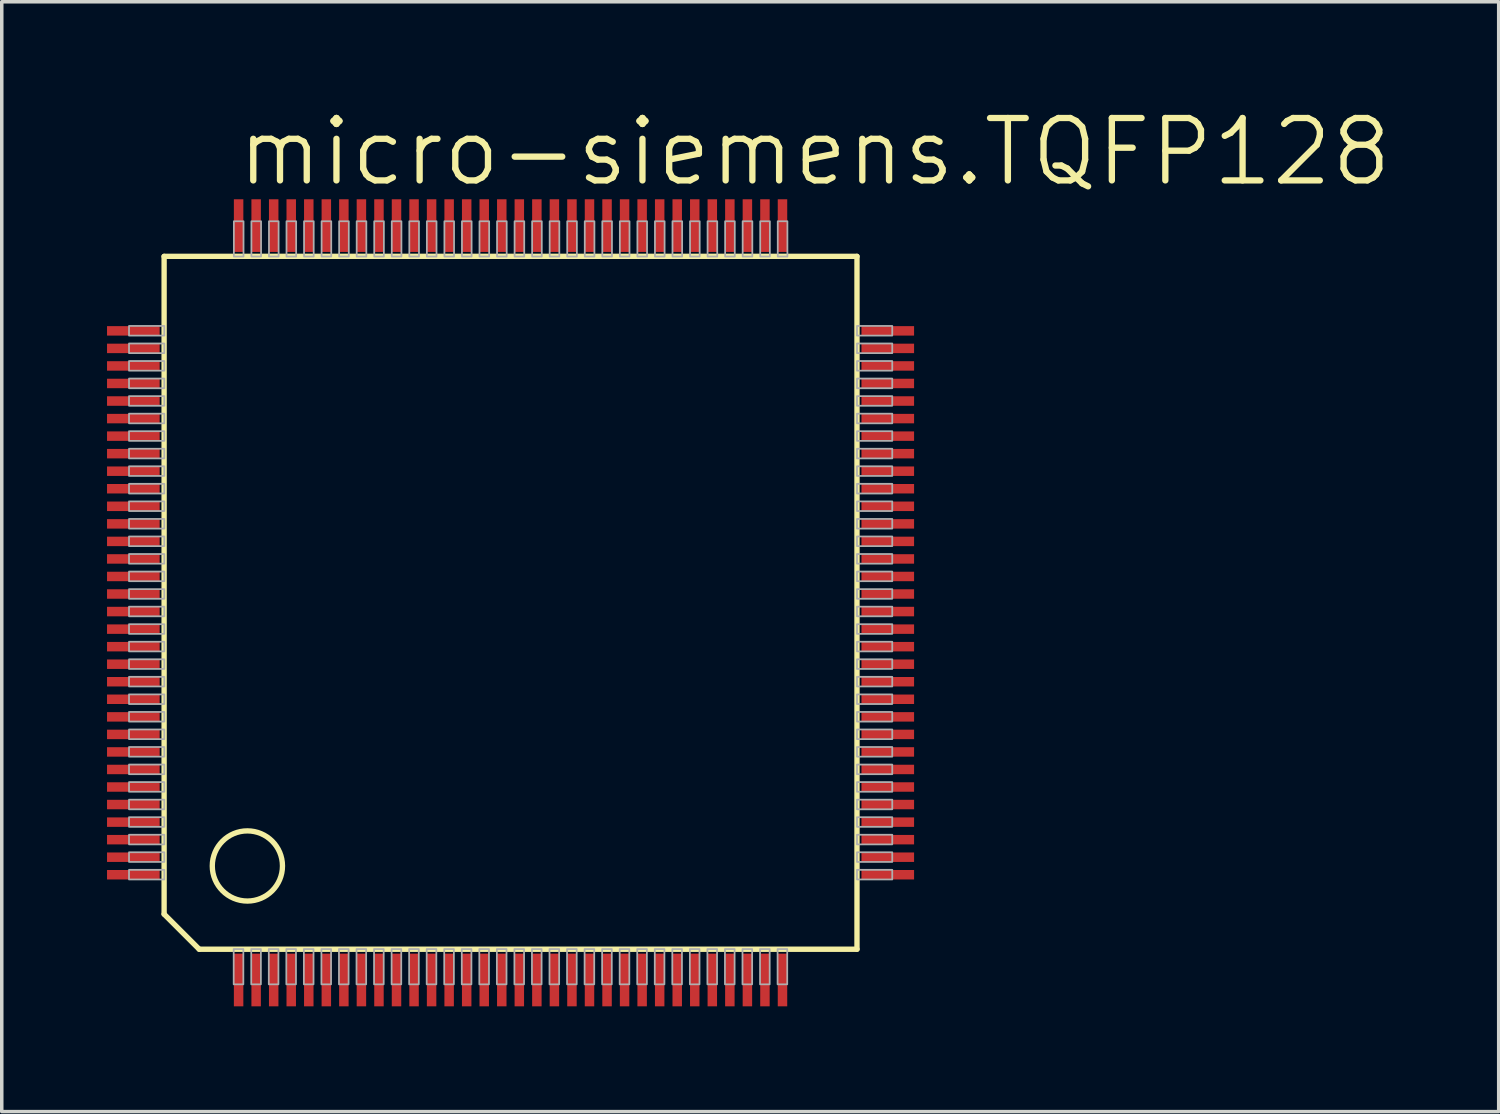
<source format=kicad_pcb>
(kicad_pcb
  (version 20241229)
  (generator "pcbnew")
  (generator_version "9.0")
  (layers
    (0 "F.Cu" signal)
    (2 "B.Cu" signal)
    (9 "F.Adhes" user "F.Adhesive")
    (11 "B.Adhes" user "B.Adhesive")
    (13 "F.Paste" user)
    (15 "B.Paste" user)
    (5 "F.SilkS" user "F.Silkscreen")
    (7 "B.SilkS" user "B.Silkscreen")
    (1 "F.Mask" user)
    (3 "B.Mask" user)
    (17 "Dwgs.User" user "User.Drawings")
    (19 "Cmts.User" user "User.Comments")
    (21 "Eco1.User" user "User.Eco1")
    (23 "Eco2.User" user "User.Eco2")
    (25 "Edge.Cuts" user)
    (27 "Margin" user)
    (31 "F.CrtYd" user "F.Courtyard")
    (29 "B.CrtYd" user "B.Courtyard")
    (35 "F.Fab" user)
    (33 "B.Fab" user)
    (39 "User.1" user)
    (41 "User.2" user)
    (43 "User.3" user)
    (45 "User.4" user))
  (footprint "micro-siemens.TQFP128"
    (layer "F.Cu")
    (at 11.5 14.129)
    (property "Reference" "micro-siemens.TQFP128" (at -7.874 -11.811 0) (layer "F.SilkS") (effects (font (size 1.778 1.778) (thickness 0.18)) (justify left bottom)))
    (attr smd)
    (fp_line (start -9.873 -9.873) (end -9.873 8.873) (stroke (width 0.152) (type default)) (layer "F.SilkS"))
    (fp_line (start -9.873 8.873) (end -8.873 9.873) (stroke (width 0.152) (type default)) (layer "F.SilkS"))
    (fp_line (start -8.873 9.873) (end 9.873 9.873) (stroke (width 0.152) (type default)) (layer "F.SilkS"))
    (fp_line (start 9.873 -9.873) (end -9.873 -9.873) (stroke (width 0.152) (type default)) (layer "F.SilkS"))
    (fp_line (start 9.873 9.873) (end 9.873 -9.873) (stroke (width 0.152) (type default)) (layer "F.SilkS"))
    (fp_circle (center -7.5 7.5) (end -6.5 7.5) (stroke (width 0.152) (type default)) (fill no) (layer "F.SilkS"))
    (fp_rect (start -10.873 -7.615) (end -9.868 -7.89) (stroke (width 0.05) (type default)) (fill no) (layer "F.Fab"))
    (fp_rect (start -10.873 -7.115) (end -9.868 -7.39) (stroke (width 0.05) (type default)) (fill no) (layer "F.Fab"))
    (fp_rect (start -10.873 -6.615) (end -9.868 -6.89) (stroke (width 0.05) (type default)) (fill no) (layer "F.Fab"))
    (fp_rect (start -10.873 -6.115) (end -9.868 -6.39) (stroke (width 0.05) (type default)) (fill no) (layer "F.Fab"))
    (fp_rect (start -10.873 -5.615) (end -9.868 -5.89) (stroke (width 0.05) (type default)) (fill no) (layer "F.Fab"))
    (fp_rect (start -10.873 -5.115) (end -9.868 -5.39) (stroke (width 0.05) (type default)) (fill no) (layer "F.Fab"))
    (fp_rect (start -10.873 -4.615) (end -9.868 -4.89) (stroke (width 0.05) (type default)) (fill no) (layer "F.Fab"))
    (fp_rect (start -10.873 -4.115) (end -9.868 -4.39) (stroke (width 0.05) (type default)) (fill no) (layer "F.Fab"))
    (fp_rect (start -10.873 -3.615) (end -9.868 -3.89) (stroke (width 0.05) (type default)) (fill no) (layer "F.Fab"))
    (fp_rect (start -10.873 -3.115) (end -9.868 -3.39) (stroke (width 0.05) (type default)) (fill no) (layer "F.Fab"))
    (fp_rect (start -10.873 -2.615) (end -9.868 -2.89) (stroke (width 0.05) (type default)) (fill no) (layer "F.Fab"))
    (fp_rect (start -10.873 -2.115) (end -9.868 -2.39) (stroke (width 0.05) (type default)) (fill no) (layer "F.Fab"))
    (fp_rect (start -10.873 -1.615) (end -9.868 -1.89) (stroke (width 0.05) (type default)) (fill no) (layer "F.Fab"))
    (fp_rect (start -10.873 -1.115) (end -9.868 -1.39) (stroke (width 0.05) (type default)) (fill no) (layer "F.Fab"))
    (fp_rect (start -10.873 -0.615) (end -9.868 -0.89) (stroke (width 0.05) (type default)) (fill no) (layer "F.Fab"))
    (fp_rect (start -10.873 -0.115) (end -9.868 -0.39) (stroke (width 0.05) (type default)) (fill no) (layer "F.Fab"))
    (fp_rect (start -10.873 0.385) (end -9.868 0.11) (stroke (width 0.05) (type default)) (fill no) (layer "F.Fab"))
    (fp_rect (start -10.873 0.885) (end -9.868 0.61) (stroke (width 0.05) (type default)) (fill no) (layer "F.Fab"))
    (fp_rect (start -10.873 1.385) (end -9.868 1.11) (stroke (width 0.05) (type default)) (fill no) (layer "F.Fab"))
    (fp_rect (start -10.873 1.885) (end -9.868 1.61) (stroke (width 0.05) (type default)) (fill no) (layer "F.Fab"))
    (fp_rect (start -10.873 2.385) (end -9.868 2.11) (stroke (width 0.05) (type default)) (fill no) (layer "F.Fab"))
    (fp_rect (start -10.873 2.885) (end -9.868 2.61) (stroke (width 0.05) (type default)) (fill no) (layer "F.Fab"))
    (fp_rect (start -10.873 3.385) (end -9.868 3.11) (stroke (width 0.05) (type default)) (fill no) (layer "F.Fab"))
    (fp_rect (start -10.873 3.885) (end -9.868 3.61) (stroke (width 0.05) (type default)) (fill no) (layer "F.Fab"))
    (fp_rect (start -10.873 4.385) (end -9.868 4.11) (stroke (width 0.05) (type default)) (fill no) (layer "F.Fab"))
    (fp_rect (start -10.873 4.885) (end -9.868 4.61) (stroke (width 0.05) (type default)) (fill no) (layer "F.Fab"))
    (fp_rect (start -10.873 5.385) (end -9.868 5.11) (stroke (width 0.05) (type default)) (fill no) (layer "F.Fab"))
    (fp_rect (start -10.873 5.885) (end -9.868 5.61) (stroke (width 0.05) (type default)) (fill no) (layer "F.Fab"))
    (fp_rect (start -10.873 6.385) (end -9.868 6.11) (stroke (width 0.05) (type default)) (fill no) (layer "F.Fab"))
    (fp_rect (start -10.873 6.885) (end -9.868 6.61) (stroke (width 0.05) (type default)) (fill no) (layer "F.Fab"))
    (fp_rect (start -10.873 7.385) (end -9.868 7.11) (stroke (width 0.05) (type default)) (fill no) (layer "F.Fab"))
    (fp_rect (start -10.873 7.885) (end -9.868 7.61) (stroke (width 0.05) (type default)) (fill no) (layer "F.Fab"))
    (fp_rect (start -7.89 10.873) (end -7.615 9.868) (stroke (width 0.05) (type default)) (fill no) (layer "F.Fab"))
    (fp_rect (start -7.885 -9.868) (end -7.61 -10.873) (stroke (width 0.05) (type default)) (fill no) (layer "F.Fab"))
    (fp_rect (start -7.39 10.873) (end -7.115 9.868) (stroke (width 0.05) (type default)) (fill no) (layer "F.Fab"))
    (fp_rect (start -7.385 -9.868) (end -7.11 -10.873) (stroke (width 0.05) (type default)) (fill no) (layer "F.Fab"))
    (fp_rect (start -6.89 10.873) (end -6.615 9.868) (stroke (width 0.05) (type default)) (fill no) (layer "F.Fab"))
    (fp_rect (start -6.885 -9.868) (end -6.61 -10.873) (stroke (width 0.05) (type default)) (fill no) (layer "F.Fab"))
    (fp_rect (start -6.39 10.873) (end -6.115 9.868) (stroke (width 0.05) (type default)) (fill no) (layer "F.Fab"))
    (fp_rect (start -6.385 -9.868) (end -6.11 -10.873) (stroke (width 0.05) (type default)) (fill no) (layer "F.Fab"))
    (fp_rect (start -5.89 10.873) (end -5.615 9.868) (stroke (width 0.05) (type default)) (fill no) (layer "F.Fab"))
    (fp_rect (start -5.885 -9.868) (end -5.61 -10.873) (stroke (width 0.05) (type default)) (fill no) (layer "F.Fab"))
    (fp_rect (start -5.39 10.873) (end -5.115 9.868) (stroke (width 0.05) (type default)) (fill no) (layer "F.Fab"))
    (fp_rect (start -5.385 -9.868) (end -5.11 -10.873) (stroke (width 0.05) (type default)) (fill no) (layer "F.Fab"))
    (fp_rect (start -4.89 10.873) (end -4.615 9.868) (stroke (width 0.05) (type default)) (fill no) (layer "F.Fab"))
    (fp_rect (start -4.885 -9.868) (end -4.61 -10.873) (stroke (width 0.05) (type default)) (fill no) (layer "F.Fab"))
    (fp_rect (start -4.39 10.873) (end -4.115 9.868) (stroke (width 0.05) (type default)) (fill no) (layer "F.Fab"))
    (fp_rect (start -4.385 -9.868) (end -4.11 -10.873) (stroke (width 0.05) (type default)) (fill no) (layer "F.Fab"))
    (fp_rect (start -3.89 10.873) (end -3.615 9.868) (stroke (width 0.05) (type default)) (fill no) (layer "F.Fab"))
    (fp_rect (start -3.885 -9.868) (end -3.61 -10.873) (stroke (width 0.05) (type default)) (fill no) (layer "F.Fab"))
    (fp_rect (start -3.39 10.873) (end -3.115 9.868) (stroke (width 0.05) (type default)) (fill no) (layer "F.Fab"))
    (fp_rect (start -3.385 -9.868) (end -3.11 -10.873) (stroke (width 0.05) (type default)) (fill no) (layer "F.Fab"))
    (fp_rect (start -2.89 10.873) (end -2.615 9.868) (stroke (width 0.05) (type default)) (fill no) (layer "F.Fab"))
    (fp_rect (start -2.885 -9.868) (end -2.61 -10.873) (stroke (width 0.05) (type default)) (fill no) (layer "F.Fab"))
    (fp_rect (start -2.39 10.873) (end -2.115 9.868) (stroke (width 0.05) (type default)) (fill no) (layer "F.Fab"))
    (fp_rect (start -2.385 -9.868) (end -2.11 -10.873) (stroke (width 0.05) (type default)) (fill no) (layer "F.Fab"))
    (fp_rect (start -1.89 10.873) (end -1.615 9.868) (stroke (width 0.05) (type default)) (fill no) (layer "F.Fab"))
    (fp_rect (start -1.885 -9.868) (end -1.61 -10.873) (stroke (width 0.05) (type default)) (fill no) (layer "F.Fab"))
    (fp_rect (start -1.39 10.873) (end -1.115 9.868) (stroke (width 0.05) (type default)) (fill no) (layer "F.Fab"))
    (fp_rect (start -1.385 -9.868) (end -1.11 -10.873) (stroke (width 0.05) (type default)) (fill no) (layer "F.Fab"))
    (fp_rect (start -0.89 10.873) (end -0.615 9.868) (stroke (width 0.05) (type default)) (fill no) (layer "F.Fab"))
    (fp_rect (start -0.885 -9.868) (end -0.61 -10.873) (stroke (width 0.05) (type default)) (fill no) (layer "F.Fab"))
    (fp_rect (start -0.39 10.873) (end -0.115 9.868) (stroke (width 0.05) (type default)) (fill no) (layer "F.Fab"))
    (fp_rect (start -0.385 -9.868) (end -0.11 -10.873) (stroke (width 0.05) (type default)) (fill no) (layer "F.Fab"))
    (fp_rect (start 0.11 10.873) (end 0.385 9.868) (stroke (width 0.05) (type default)) (fill no) (layer "F.Fab"))
    (fp_rect (start 0.115 -9.868) (end 0.39 -10.873) (stroke (width 0.05) (type default)) (fill no) (layer "F.Fab"))
    (fp_rect (start 0.61 10.873) (end 0.885 9.868) (stroke (width 0.05) (type default)) (fill no) (layer "F.Fab"))
    (fp_rect (start 0.615 -9.868) (end 0.89 -10.873) (stroke (width 0.05) (type default)) (fill no) (layer "F.Fab"))
    (fp_rect (start 1.11 10.873) (end 1.385 9.868) (stroke (width 0.05) (type default)) (fill no) (layer "F.Fab"))
    (fp_rect (start 1.115 -9.868) (end 1.39 -10.873) (stroke (width 0.05) (type default)) (fill no) (layer "F.Fab"))
    (fp_rect (start 1.61 10.873) (end 1.885 9.868) (stroke (width 0.05) (type default)) (fill no) (layer "F.Fab"))
    (fp_rect (start 1.615 -9.868) (end 1.89 -10.873) (stroke (width 0.05) (type default)) (fill no) (layer "F.Fab"))
    (fp_rect (start 2.11 10.873) (end 2.385 9.868) (stroke (width 0.05) (type default)) (fill no) (layer "F.Fab"))
    (fp_rect (start 2.115 -9.868) (end 2.39 -10.873) (stroke (width 0.05) (type default)) (fill no) (layer "F.Fab"))
    (fp_rect (start 2.61 10.873) (end 2.885 9.868) (stroke (width 0.05) (type default)) (fill no) (layer "F.Fab"))
    (fp_rect (start 2.615 -9.868) (end 2.89 -10.873) (stroke (width 0.05) (type default)) (fill no) (layer "F.Fab"))
    (fp_rect (start 3.11 10.873) (end 3.385 9.868) (stroke (width 0.05) (type default)) (fill no) (layer "F.Fab"))
    (fp_rect (start 3.115 -9.868) (end 3.39 -10.873) (stroke (width 0.05) (type default)) (fill no) (layer "F.Fab"))
    (fp_rect (start 3.61 10.873) (end 3.885 9.868) (stroke (width 0.05) (type default)) (fill no) (layer "F.Fab"))
    (fp_rect (start 3.615 -9.868) (end 3.89 -10.873) (stroke (width 0.05) (type default)) (fill no) (layer "F.Fab"))
    (fp_rect (start 4.11 10.873) (end 4.385 9.868) (stroke (width 0.05) (type default)) (fill no) (layer "F.Fab"))
    (fp_rect (start 4.115 -9.868) (end 4.39 -10.873) (stroke (width 0.05) (type default)) (fill no) (layer "F.Fab"))
    (fp_rect (start 4.61 10.873) (end 4.885 9.868) (stroke (width 0.05) (type default)) (fill no) (layer "F.Fab"))
    (fp_rect (start 4.615 -9.868) (end 4.89 -10.873) (stroke (width 0.05) (type default)) (fill no) (layer "F.Fab"))
    (fp_rect (start 5.11 10.873) (end 5.385 9.868) (stroke (width 0.05) (type default)) (fill no) (layer "F.Fab"))
    (fp_rect (start 5.115 -9.868) (end 5.39 -10.873) (stroke (width 0.05) (type default)) (fill no) (layer "F.Fab"))
    (fp_rect (start 5.61 10.873) (end 5.885 9.868) (stroke (width 0.05) (type default)) (fill no) (layer "F.Fab"))
    (fp_rect (start 5.615 -9.868) (end 5.89 -10.873) (stroke (width 0.05) (type default)) (fill no) (layer "F.Fab"))
    (fp_rect (start 6.11 10.873) (end 6.385 9.868) (stroke (width 0.05) (type default)) (fill no) (layer "F.Fab"))
    (fp_rect (start 6.115 -9.868) (end 6.39 -10.873) (stroke (width 0.05) (type default)) (fill no) (layer "F.Fab"))
    (fp_rect (start 6.61 10.873) (end 6.885 9.868) (stroke (width 0.05) (type default)) (fill no) (layer "F.Fab"))
    (fp_rect (start 6.615 -9.868) (end 6.89 -10.873) (stroke (width 0.05) (type default)) (fill no) (layer "F.Fab"))
    (fp_rect (start 7.11 10.873) (end 7.385 9.868) (stroke (width 0.05) (type default)) (fill no) (layer "F.Fab"))
    (fp_rect (start 7.115 -9.868) (end 7.39 -10.873) (stroke (width 0.05) (type default)) (fill no) (layer "F.Fab"))
    (fp_rect (start 7.61 10.873) (end 7.885 9.868) (stroke (width 0.05) (type default)) (fill no) (layer "F.Fab"))
    (fp_rect (start 7.615 -9.868) (end 7.89 -10.873) (stroke (width 0.05) (type default)) (fill no) (layer "F.Fab"))
    (fp_rect (start 9.873 -7.615) (end 10.878 -7.89) (stroke (width 0.05) (type default)) (fill no) (layer "F.Fab"))
    (fp_rect (start 9.873 -7.115) (end 10.878 -7.39) (stroke (width 0.05) (type default)) (fill no) (layer "F.Fab"))
    (fp_rect (start 9.873 -6.615) (end 10.878 -6.89) (stroke (width 0.05) (type default)) (fill no) (layer "F.Fab"))
    (fp_rect (start 9.873 -6.115) (end 10.878 -6.39) (stroke (width 0.05) (type default)) (fill no) (layer "F.Fab"))
    (fp_rect (start 9.873 -5.615) (end 10.878 -5.89) (stroke (width 0.05) (type default)) (fill no) (layer "F.Fab"))
    (fp_rect (start 9.873 -5.115) (end 10.878 -5.39) (stroke (width 0.05) (type default)) (fill no) (layer "F.Fab"))
    (fp_rect (start 9.873 -4.615) (end 10.878 -4.89) (stroke (width 0.05) (type default)) (fill no) (layer "F.Fab"))
    (fp_rect (start 9.873 -4.115) (end 10.878 -4.39) (stroke (width 0.05) (type default)) (fill no) (layer "F.Fab"))
    (fp_rect (start 9.873 -3.615) (end 10.878 -3.89) (stroke (width 0.05) (type default)) (fill no) (layer "F.Fab"))
    (fp_rect (start 9.873 -3.115) (end 10.878 -3.39) (stroke (width 0.05) (type default)) (fill no) (layer "F.Fab"))
    (fp_rect (start 9.873 -2.615) (end 10.878 -2.89) (stroke (width 0.05) (type default)) (fill no) (layer "F.Fab"))
    (fp_rect (start 9.873 -2.115) (end 10.878 -2.39) (stroke (width 0.05) (type default)) (fill no) (layer "F.Fab"))
    (fp_rect (start 9.873 -1.615) (end 10.878 -1.89) (stroke (width 0.05) (type default)) (fill no) (layer "F.Fab"))
    (fp_rect (start 9.873 -1.115) (end 10.878 -1.39) (stroke (width 0.05) (type default)) (fill no) (layer "F.Fab"))
    (fp_rect (start 9.873 -0.615) (end 10.878 -0.89) (stroke (width 0.05) (type default)) (fill no) (layer "F.Fab"))
    (fp_rect (start 9.873 -0.115) (end 10.878 -0.39) (stroke (width 0.05) (type default)) (fill no) (layer "F.Fab"))
    (fp_rect (start 9.873 0.385) (end 10.878 0.11) (stroke (width 0.05) (type default)) (fill no) (layer "F.Fab"))
    (fp_rect (start 9.873 0.885) (end 10.878 0.61) (stroke (width 0.05) (type default)) (fill no) (layer "F.Fab"))
    (fp_rect (start 9.873 1.385) (end 10.878 1.11) (stroke (width 0.05) (type default)) (fill no) (layer "F.Fab"))
    (fp_rect (start 9.873 1.885) (end 10.878 1.61) (stroke (width 0.05) (type default)) (fill no) (layer "F.Fab"))
    (fp_rect (start 9.873 2.385) (end 10.878 2.11) (stroke (width 0.05) (type default)) (fill no) (layer "F.Fab"))
    (fp_rect (start 9.873 2.885) (end 10.878 2.61) (stroke (width 0.05) (type default)) (fill no) (layer "F.Fab"))
    (fp_rect (start 9.873 3.385) (end 10.878 3.11) (stroke (width 0.05) (type default)) (fill no) (layer "F.Fab"))
    (fp_rect (start 9.873 3.885) (end 10.878 3.61) (stroke (width 0.05) (type default)) (fill no) (layer "F.Fab"))
    (fp_rect (start 9.873 4.385) (end 10.878 4.11) (stroke (width 0.05) (type default)) (fill no) (layer "F.Fab"))
    (fp_rect (start 9.873 4.885) (end 10.878 4.61) (stroke (width 0.05) (type default)) (fill no) (layer "F.Fab"))
    (fp_rect (start 9.873 5.385) (end 10.878 5.11) (stroke (width 0.05) (type default)) (fill no) (layer "F.Fab"))
    (fp_rect (start 9.873 5.885) (end 10.878 5.61) (stroke (width 0.05) (type default)) (fill no) (layer "F.Fab"))
    (fp_rect (start 9.873 6.385) (end 10.878 6.11) (stroke (width 0.05) (type default)) (fill no) (layer "F.Fab"))
    (fp_rect (start 9.873 6.885) (end 10.878 6.61) (stroke (width 0.05) (type default)) (fill no) (layer "F.Fab"))
    (fp_rect (start 9.873 7.385) (end 10.878 7.11) (stroke (width 0.05) (type default)) (fill no) (layer "F.Fab"))
    (fp_rect (start 9.873 7.885) (end 10.878 7.61) (stroke (width 0.05) (type default)) (fill no) (layer "F.Fab"))
    (pad "1" smd roundrect (at -7.75 10.75) (size 0.27 1.5) (layers "F.Cu" "F.Mask" "F.Paste") (roundrect_rratio 0.01))
    (pad "2" smd roundrect (at -7.25 10.75) (size 0.27 1.5) (layers "F.Cu" "F.Mask" "F.Paste") (roundrect_rratio 0.01))
    (pad "3" smd roundrect (at -6.75 10.75) (size 0.27 1.5) (layers "F.Cu" "F.Mask" "F.Paste") (roundrect_rratio 0.01))
    (pad "4" smd roundrect (at -6.25 10.75) (size 0.27 1.5) (layers "F.Cu" "F.Mask" "F.Paste") (roundrect_rratio 0.01))
    (pad "5" smd roundrect (at -5.75 10.75) (size 0.27 1.5) (layers "F.Cu" "F.Mask" "F.Paste") (roundrect_rratio 0.01))
    (pad "6" smd roundrect (at -5.25 10.75) (size 0.27 1.5) (layers "F.Cu" "F.Mask" "F.Paste") (roundrect_rratio 0.01))
    (pad "7" smd roundrect (at -4.75 10.75) (size 0.27 1.5) (layers "F.Cu" "F.Mask" "F.Paste") (roundrect_rratio 0.01))
    (pad "8" smd roundrect (at -4.25 10.75) (size 0.27 1.5) (layers "F.Cu" "F.Mask" "F.Paste") (roundrect_rratio 0.01))
    (pad "9" smd roundrect (at -3.75 10.75) (size 0.27 1.5) (layers "F.Cu" "F.Mask" "F.Paste") (roundrect_rratio 0.01))
    (pad "10" smd roundrect (at -3.25 10.75) (size 0.27 1.5) (layers "F.Cu" "F.Mask" "F.Paste") (roundrect_rratio 0.01))
    (pad "11" smd roundrect (at -2.75 10.75) (size 0.27 1.5) (layers "F.Cu" "F.Mask" "F.Paste") (roundrect_rratio 0.01))
    (pad "12" smd roundrect (at -2.25 10.75) (size 0.27 1.5) (layers "F.Cu" "F.Mask" "F.Paste") (roundrect_rratio 0.01))
    (pad "13" smd roundrect (at -1.75 10.75) (size 0.27 1.5) (layers "F.Cu" "F.Mask" "F.Paste") (roundrect_rratio 0.01))
    (pad "14" smd roundrect (at -1.25 10.75) (size 0.27 1.5) (layers "F.Cu" "F.Mask" "F.Paste") (roundrect_rratio 0.01))
    (pad "15" smd roundrect (at -0.75 10.75) (size 0.27 1.5) (layers "F.Cu" "F.Mask" "F.Paste") (roundrect_rratio 0.01))
    (pad "16" smd roundrect (at -0.25 10.75) (size 0.27 1.5) (layers "F.Cu" "F.Mask" "F.Paste") (roundrect_rratio 0.01))
    (pad "17" smd roundrect (at 0.25 10.75) (size 0.27 1.5) (layers "F.Cu" "F.Mask" "F.Paste") (roundrect_rratio 0.01))
    (pad "18" smd roundrect (at 0.75 10.75) (size 0.27 1.5) (layers "F.Cu" "F.Mask" "F.Paste") (roundrect_rratio 0.01))
    (pad "19" smd roundrect (at 1.25 10.75) (size 0.27 1.5) (layers "F.Cu" "F.Mask" "F.Paste") (roundrect_rratio 0.01))
    (pad "20" smd roundrect (at 1.75 10.75) (size 0.27 1.5) (layers "F.Cu" "F.Mask" "F.Paste") (roundrect_rratio 0.01))
    (pad "21" smd roundrect (at 2.25 10.75) (size 0.27 1.5) (layers "F.Cu" "F.Mask" "F.Paste") (roundrect_rratio 0.01))
    (pad "22" smd roundrect (at 2.75 10.75) (size 0.27 1.5) (layers "F.Cu" "F.Mask" "F.Paste") (roundrect_rratio 0.01))
    (pad "23" smd roundrect (at 3.25 10.75) (size 0.27 1.5) (layers "F.Cu" "F.Mask" "F.Paste") (roundrect_rratio 0.01))
    (pad "24" smd roundrect (at 3.75 10.75) (size 0.27 1.5) (layers "F.Cu" "F.Mask" "F.Paste") (roundrect_rratio 0.01))
    (pad "25" smd roundrect (at 4.25 10.75) (size 0.27 1.5) (layers "F.Cu" "F.Mask" "F.Paste") (roundrect_rratio 0.01))
    (pad "26" smd roundrect (at 4.75 10.75) (size 0.27 1.5) (layers "F.Cu" "F.Mask" "F.Paste") (roundrect_rratio 0.01))
    (pad "27" smd roundrect (at 5.25 10.75) (size 0.27 1.5) (layers "F.Cu" "F.Mask" "F.Paste") (roundrect_rratio 0.01))
    (pad "28" smd roundrect (at 5.75 10.75) (size 0.27 1.5) (layers "F.Cu" "F.Mask" "F.Paste") (roundrect_rratio 0.01))
    (pad "29" smd roundrect (at 6.25 10.75) (size 0.27 1.5) (layers "F.Cu" "F.Mask" "F.Paste") (roundrect_rratio 0.01))
    (pad "30" smd roundrect (at 6.75 10.75) (size 0.27 1.5) (layers "F.Cu" "F.Mask" "F.Paste") (roundrect_rratio 0.01))
    (pad "31" smd roundrect (at 7.25 10.75) (size 0.27 1.5) (layers "F.Cu" "F.Mask" "F.Paste") (roundrect_rratio 0.01))
    (pad "32" smd roundrect (at 7.75 10.75) (size 0.27 1.5) (layers "F.Cu" "F.Mask" "F.Paste") (roundrect_rratio 0.01))
    (pad "33" smd roundrect (at 10.75 7.75) (size 1.5 0.27) (layers "F.Cu" "F.Mask" "F.Paste") (roundrect_rratio 0.01))
    (pad "34" smd roundrect (at 10.75 7.25) (size 1.5 0.27) (layers "F.Cu" "F.Mask" "F.Paste") (roundrect_rratio 0.01))
    (pad "35" smd roundrect (at 10.75 6.75) (size 1.5 0.27) (layers "F.Cu" "F.Mask" "F.Paste") (roundrect_rratio 0.01))
    (pad "36" smd roundrect (at 10.75 6.25) (size 1.5 0.27) (layers "F.Cu" "F.Mask" "F.Paste") (roundrect_rratio 0.01))
    (pad "37" smd roundrect (at 10.75 5.75) (size 1.5 0.27) (layers "F.Cu" "F.Mask" "F.Paste") (roundrect_rratio 0.01))
    (pad "38" smd roundrect (at 10.75 5.25) (size 1.5 0.27) (layers "F.Cu" "F.Mask" "F.Paste") (roundrect_rratio 0.01))
    (pad "39" smd roundrect (at 10.75 4.75) (size 1.5 0.27) (layers "F.Cu" "F.Mask" "F.Paste") (roundrect_rratio 0.01))
    (pad "40" smd roundrect (at 10.75 4.25) (size 1.5 0.27) (layers "F.Cu" "F.Mask" "F.Paste") (roundrect_rratio 0.01))
    (pad "41" smd roundrect (at 10.75 3.75) (size 1.5 0.27) (layers "F.Cu" "F.Mask" "F.Paste") (roundrect_rratio 0.01))
    (pad "42" smd roundrect (at 10.75 3.25) (size 1.5 0.27) (layers "F.Cu" "F.Mask" "F.Paste") (roundrect_rratio 0.01))
    (pad "43" smd roundrect (at 10.75 2.75) (size 1.5 0.27) (layers "F.Cu" "F.Mask" "F.Paste") (roundrect_rratio 0.01))
    (pad "44" smd roundrect (at 10.75 2.25) (size 1.5 0.27) (layers "F.Cu" "F.Mask" "F.Paste") (roundrect_rratio 0.01))
    (pad "45" smd roundrect (at 10.75 1.75) (size 1.5 0.27) (layers "F.Cu" "F.Mask" "F.Paste") (roundrect_rratio 0.01))
    (pad "46" smd roundrect (at 10.75 1.25) (size 1.5 0.27) (layers "F.Cu" "F.Mask" "F.Paste") (roundrect_rratio 0.01))
    (pad "47" smd roundrect (at 10.75 0.75) (size 1.5 0.27) (layers "F.Cu" "F.Mask" "F.Paste") (roundrect_rratio 0.01))
    (pad "48" smd roundrect (at 10.75 0.25) (size 1.5 0.27) (layers "F.Cu" "F.Mask" "F.Paste") (roundrect_rratio 0.01))
    (pad "49" smd roundrect (at 10.75 -0.25) (size 1.5 0.27) (layers "F.Cu" "F.Mask" "F.Paste") (roundrect_rratio 0.01))
    (pad "50" smd roundrect (at 10.75 -0.75) (size 1.5 0.27) (layers "F.Cu" "F.Mask" "F.Paste") (roundrect_rratio 0.01))
    (pad "51" smd roundrect (at 10.75 -1.25) (size 1.5 0.27) (layers "F.Cu" "F.Mask" "F.Paste") (roundrect_rratio 0.01))
    (pad "52" smd roundrect (at 10.75 -1.75) (size 1.5 0.27) (layers "F.Cu" "F.Mask" "F.Paste") (roundrect_rratio 0.01))
    (pad "53" smd roundrect (at 10.75 -2.25) (size 1.5 0.27) (layers "F.Cu" "F.Mask" "F.Paste") (roundrect_rratio 0.01))
    (pad "54" smd roundrect (at 10.75 -2.75) (size 1.5 0.27) (layers "F.Cu" "F.Mask" "F.Paste") (roundrect_rratio 0.01))
    (pad "55" smd roundrect (at 10.75 -3.25) (size 1.5 0.27) (layers "F.Cu" "F.Mask" "F.Paste") (roundrect_rratio 0.01))
    (pad "56" smd roundrect (at 10.75 -3.75) (size 1.5 0.27) (layers "F.Cu" "F.Mask" "F.Paste") (roundrect_rratio 0.01))
    (pad "57" smd roundrect (at 10.75 -4.25) (size 1.5 0.27) (layers "F.Cu" "F.Mask" "F.Paste") (roundrect_rratio 0.01))
    (pad "58" smd roundrect (at 10.75 -4.75) (size 1.5 0.27) (layers "F.Cu" "F.Mask" "F.Paste") (roundrect_rratio 0.01))
    (pad "59" smd roundrect (at 10.75 -5.25) (size 1.5 0.27) (layers "F.Cu" "F.Mask" "F.Paste") (roundrect_rratio 0.01))
    (pad "60" smd roundrect (at 10.75 -5.75) (size 1.5 0.27) (layers "F.Cu" "F.Mask" "F.Paste") (roundrect_rratio 0.01))
    (pad "61" smd roundrect (at 10.75 -6.25) (size 1.5 0.27) (layers "F.Cu" "F.Mask" "F.Paste") (roundrect_rratio 0.01))
    (pad "62" smd roundrect (at 10.75 -6.75) (size 1.5 0.27) (layers "F.Cu" "F.Mask" "F.Paste") (roundrect_rratio 0.01))
    (pad "63" smd roundrect (at 10.75 -7.25) (size 1.5 0.27) (layers "F.Cu" "F.Mask" "F.Paste") (roundrect_rratio 0.01))
    (pad "64" smd roundrect (at 10.75 -7.75) (size 1.5 0.27) (layers "F.Cu" "F.Mask" "F.Paste") (roundrect_rratio 0.01))
    (pad "65" smd roundrect (at 7.75 -10.75) (size 0.27 1.5) (layers "F.Cu" "F.Mask" "F.Paste") (roundrect_rratio 0.01))
    (pad "66" smd roundrect (at 7.25 -10.75) (size 0.27 1.5) (layers "F.Cu" "F.Mask" "F.Paste") (roundrect_rratio 0.01))
    (pad "67" smd roundrect (at 6.75 -10.75) (size 0.27 1.5) (layers "F.Cu" "F.Mask" "F.Paste") (roundrect_rratio 0.01))
    (pad "68" smd roundrect (at 6.25 -10.75) (size 0.27 1.5) (layers "F.Cu" "F.Mask" "F.Paste") (roundrect_rratio 0.01))
    (pad "69" smd roundrect (at 5.75 -10.75) (size 0.27 1.5) (layers "F.Cu" "F.Mask" "F.Paste") (roundrect_rratio 0.01))
    (pad "70" smd roundrect (at 5.25 -10.75) (size 0.27 1.5) (layers "F.Cu" "F.Mask" "F.Paste") (roundrect_rratio 0.01))
    (pad "71" smd roundrect (at 4.75 -10.75) (size 0.27 1.5) (layers "F.Cu" "F.Mask" "F.Paste") (roundrect_rratio 0.01))
    (pad "72" smd roundrect (at 4.25 -10.75) (size 0.27 1.5) (layers "F.Cu" "F.Mask" "F.Paste") (roundrect_rratio 0.01))
    (pad "73" smd roundrect (at 3.75 -10.75) (size 0.27 1.5) (layers "F.Cu" "F.Mask" "F.Paste") (roundrect_rratio 0.01))
    (pad "74" smd roundrect (at 3.25 -10.75) (size 0.27 1.5) (layers "F.Cu" "F.Mask" "F.Paste") (roundrect_rratio 0.01))
    (pad "75" smd roundrect (at 2.75 -10.75) (size 0.27 1.5) (layers "F.Cu" "F.Mask" "F.Paste") (roundrect_rratio 0.01))
    (pad "76" smd roundrect (at 2.25 -10.75) (size 0.27 1.5) (layers "F.Cu" "F.Mask" "F.Paste") (roundrect_rratio 0.01))
    (pad "77" smd roundrect (at 1.75 -10.75) (size 0.27 1.5) (layers "F.Cu" "F.Mask" "F.Paste") (roundrect_rratio 0.01))
    (pad "78" smd roundrect (at 1.25 -10.75) (size 0.27 1.5) (layers "F.Cu" "F.Mask" "F.Paste") (roundrect_rratio 0.01))
    (pad "79" smd roundrect (at 0.75 -10.75) (size 0.27 1.5) (layers "F.Cu" "F.Mask" "F.Paste") (roundrect_rratio 0.01))
    (pad "80" smd roundrect (at 0.25 -10.75) (size 0.27 1.5) (layers "F.Cu" "F.Mask" "F.Paste") (roundrect_rratio 0.01))
    (pad "81" smd roundrect (at -0.25 -10.75) (size 0.27 1.5) (layers "F.Cu" "F.Mask" "F.Paste") (roundrect_rratio 0.01))
    (pad "82" smd roundrect (at -0.75 -10.75) (size 0.27 1.5) (layers "F.Cu" "F.Mask" "F.Paste") (roundrect_rratio 0.01))
    (pad "83" smd roundrect (at -1.25 -10.75) (size 0.27 1.5) (layers "F.Cu" "F.Mask" "F.Paste") (roundrect_rratio 0.01))
    (pad "84" smd roundrect (at -1.75 -10.75) (size 0.27 1.5) (layers "F.Cu" "F.Mask" "F.Paste") (roundrect_rratio 0.01))
    (pad "85" smd roundrect (at -2.25 -10.75) (size 0.27 1.5) (layers "F.Cu" "F.Mask" "F.Paste") (roundrect_rratio 0.01))
    (pad "86" smd roundrect (at -2.75 -10.75) (size 0.27 1.5) (layers "F.Cu" "F.Mask" "F.Paste") (roundrect_rratio 0.01))
    (pad "87" smd roundrect (at -3.25 -10.75) (size 0.27 1.5) (layers "F.Cu" "F.Mask" "F.Paste") (roundrect_rratio 0.01))
    (pad "88" smd roundrect (at -3.75 -10.75) (size 0.27 1.5) (layers "F.Cu" "F.Mask" "F.Paste") (roundrect_rratio 0.01))
    (pad "89" smd roundrect (at -4.25 -10.75) (size 0.27 1.5) (layers "F.Cu" "F.Mask" "F.Paste") (roundrect_rratio 0.01))
    (pad "90" smd roundrect (at -4.75 -10.75) (size 0.27 1.5) (layers "F.Cu" "F.Mask" "F.Paste") (roundrect_rratio 0.01))
    (pad "91" smd roundrect (at -5.25 -10.75) (size 0.27 1.5) (layers "F.Cu" "F.Mask" "F.Paste") (roundrect_rratio 0.01))
    (pad "92" smd roundrect (at -5.75 -10.75) (size 0.27 1.5) (layers "F.Cu" "F.Mask" "F.Paste") (roundrect_rratio 0.01))
    (pad "93" smd roundrect (at -6.25 -10.75) (size 0.27 1.5) (layers "F.Cu" "F.Mask" "F.Paste") (roundrect_rratio 0.01))
    (pad "94" smd roundrect (at -6.75 -10.75) (size 0.27 1.5) (layers "F.Cu" "F.Mask" "F.Paste") (roundrect_rratio 0.01))
    (pad "95" smd roundrect (at -7.25 -10.75) (size 0.27 1.5) (layers "F.Cu" "F.Mask" "F.Paste") (roundrect_rratio 0.01))
    (pad "96" smd roundrect (at -7.75 -10.75) (size 0.27 1.5) (layers "F.Cu" "F.Mask" "F.Paste") (roundrect_rratio 0.01))
    (pad "97" smd roundrect (at -10.75 -7.75) (size 1.5 0.27) (layers "F.Cu" "F.Mask" "F.Paste") (roundrect_rratio 0.01))
    (pad "98" smd roundrect (at -10.75 -7.25) (size 1.5 0.27) (layers "F.Cu" "F.Mask" "F.Paste") (roundrect_rratio 0.01))
    (pad "99" smd roundrect (at -10.75 -6.75) (size 1.5 0.27) (layers "F.Cu" "F.Mask" "F.Paste") (roundrect_rratio 0.01))
    (pad "100" smd roundrect (at -10.75 -6.25) (size 1.5 0.27) (layers "F.Cu" "F.Mask" "F.Paste") (roundrect_rratio 0.01))
    (pad "101" smd roundrect (at -10.75 -5.75) (size 1.5 0.27) (layers "F.Cu" "F.Mask" "F.Paste") (roundrect_rratio 0.01))
    (pad "102" smd roundrect (at -10.75 -5.25) (size 1.5 0.27) (layers "F.Cu" "F.Mask" "F.Paste") (roundrect_rratio 0.01))
    (pad "103" smd roundrect (at -10.75 -4.75) (size 1.5 0.27) (layers "F.Cu" "F.Mask" "F.Paste") (roundrect_rratio 0.01))
    (pad "104" smd roundrect (at -10.75 -4.25) (size 1.5 0.27) (layers "F.Cu" "F.Mask" "F.Paste") (roundrect_rratio 0.01))
    (pad "105" smd roundrect (at -10.75 -3.75) (size 1.5 0.27) (layers "F.Cu" "F.Mask" "F.Paste") (roundrect_rratio 0.01))
    (pad "106" smd roundrect (at -10.75 -3.25) (size 1.5 0.27) (layers "F.Cu" "F.Mask" "F.Paste") (roundrect_rratio 0.01))
    (pad "107" smd roundrect (at -10.75 -2.75) (size 1.5 0.27) (layers "F.Cu" "F.Mask" "F.Paste") (roundrect_rratio 0.01))
    (pad "108" smd roundrect (at -10.75 -2.25) (size 1.5 0.27) (layers "F.Cu" "F.Mask" "F.Paste") (roundrect_rratio 0.01))
    (pad "109" smd roundrect (at -10.75 -1.75) (size 1.5 0.27) (layers "F.Cu" "F.Mask" "F.Paste") (roundrect_rratio 0.01))
    (pad "110" smd roundrect (at -10.75 -1.25) (size 1.5 0.27) (layers "F.Cu" "F.Mask" "F.Paste") (roundrect_rratio 0.01))
    (pad "111" smd roundrect (at -10.75 -0.75) (size 1.5 0.27) (layers "F.Cu" "F.Mask" "F.Paste") (roundrect_rratio 0.01))
    (pad "112" smd roundrect (at -10.75 -0.25) (size 1.5 0.27) (layers "F.Cu" "F.Mask" "F.Paste") (roundrect_rratio 0.01))
    (pad "113" smd roundrect (at -10.75 0.25) (size 1.5 0.27) (layers "F.Cu" "F.Mask" "F.Paste") (roundrect_rratio 0.01))
    (pad "114" smd roundrect (at -10.75 0.75) (size 1.5 0.27) (layers "F.Cu" "F.Mask" "F.Paste") (roundrect_rratio 0.01))
    (pad "115" smd roundrect (at -10.75 1.25) (size 1.5 0.27) (layers "F.Cu" "F.Mask" "F.Paste") (roundrect_rratio 0.01))
    (pad "116" smd roundrect (at -10.75 1.75) (size 1.5 0.27) (layers "F.Cu" "F.Mask" "F.Paste") (roundrect_rratio 0.01))
    (pad "117" smd roundrect (at -10.75 2.25) (size 1.5 0.27) (layers "F.Cu" "F.Mask" "F.Paste") (roundrect_rratio 0.01))
    (pad "118" smd roundrect (at -10.75 2.75) (size 1.5 0.27) (layers "F.Cu" "F.Mask" "F.Paste") (roundrect_rratio 0.01))
    (pad "119" smd roundrect (at -10.75 3.25) (size 1.5 0.27) (layers "F.Cu" "F.Mask" "F.Paste") (roundrect_rratio 0.01))
    (pad "120" smd roundrect (at -10.75 3.75) (size 1.5 0.27) (layers "F.Cu" "F.Mask" "F.Paste") (roundrect_rratio 0.01))
    (pad "121" smd roundrect (at -10.75 4.25) (size 1.5 0.27) (layers "F.Cu" "F.Mask" "F.Paste") (roundrect_rratio 0.01))
    (pad "122" smd roundrect (at -10.75 4.75) (size 1.5 0.27) (layers "F.Cu" "F.Mask" "F.Paste") (roundrect_rratio 0.01))
    (pad "123" smd roundrect (at -10.75 5.25) (size 1.5 0.27) (layers "F.Cu" "F.Mask" "F.Paste") (roundrect_rratio 0.01))
    (pad "124" smd roundrect (at -10.75 5.75) (size 1.5 0.27) (layers "F.Cu" "F.Mask" "F.Paste") (roundrect_rratio 0.01))
    (pad "125" smd roundrect (at -10.75 6.25) (size 1.5 0.27) (layers "F.Cu" "F.Mask" "F.Paste") (roundrect_rratio 0.01))
    (pad "126" smd roundrect (at -10.75 6.75) (size 1.5 0.27) (layers "F.Cu" "F.Mask" "F.Paste") (roundrect_rratio 0.01))
    (pad "127" smd roundrect (at -10.75 7.25) (size 1.5 0.27) (layers "F.Cu" "F.Mask" "F.Paste") (roundrect_rratio 0.01))
    (pad "128" smd roundrect (at -10.75 7.75) (size 1.5 0.27) (layers "F.Cu" "F.Mask" "F.Paste") (roundrect_rratio 0.01)))
  (gr_rect
    (start -3 -3)
    (end 39.661 28.629)
    (stroke (width 0.1) (type default))
    (fill no)
    (layer "Edge.Cuts")))
</source>
